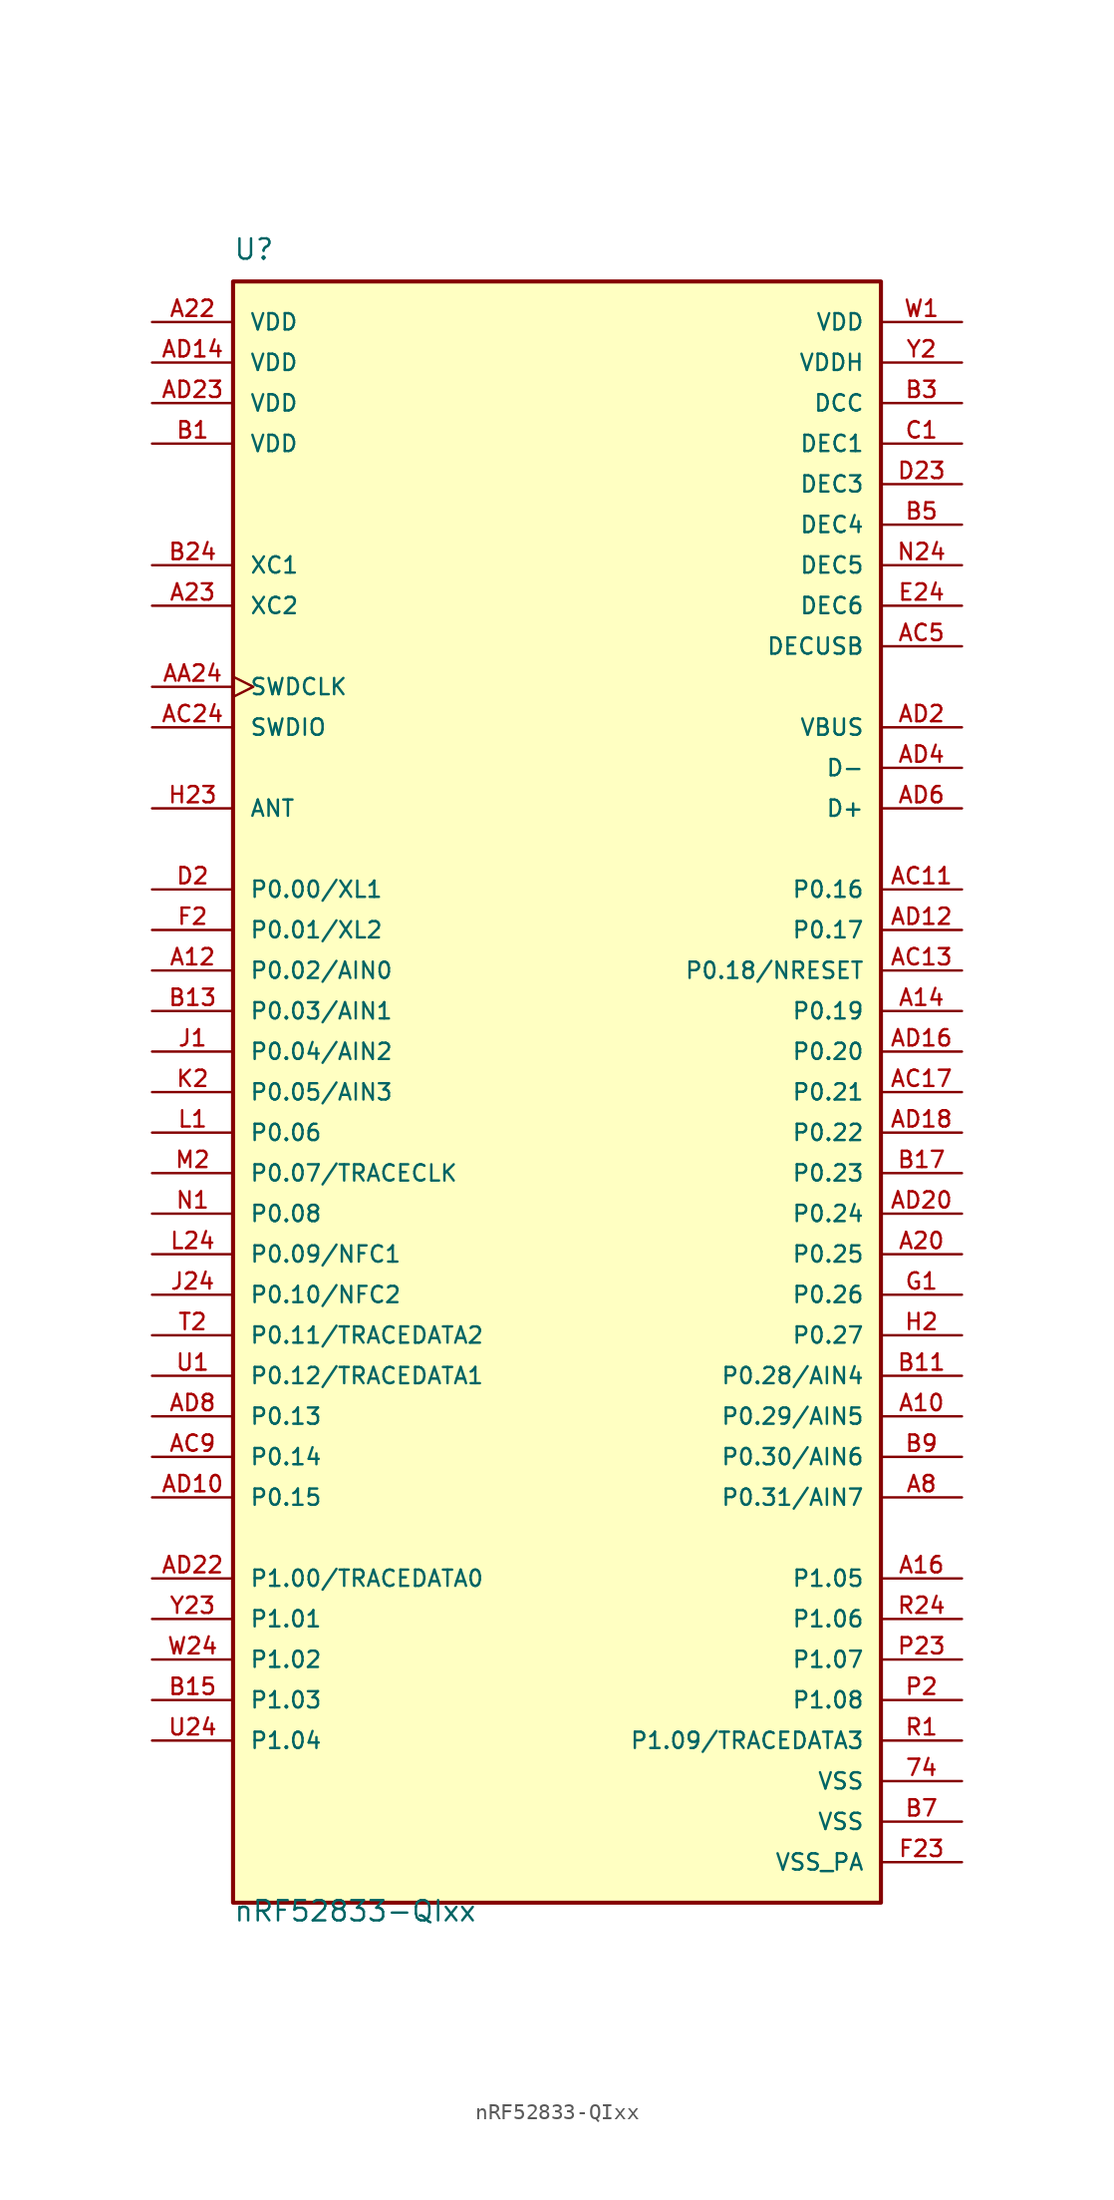
<source format=kicad_sym>
(kicad_symbol_lib
  (version 20211014)
  (generator kicad_symbol_editor)
  (symbol "nRF52833-QIxx"
    (pin_names
      (offset 1.016))
    (property "Reference" "U"
      (at -20.32 52.07 0)
      (effects (font (size 1.27 1.27)) (justify left bottom)))
    (property "Value" "nRF52833-QIxx"
      (at -20.32 -52.07 0)
      (effects (font (size 1.27 1.27)) (justify left bottom)))
    (symbol "nRF52833-QIxx_0_0"
      (rectangle (start -20.32 -50.8) (end 20.32 50.8) (stroke (width 0.254) (type default) (color 0 0 0 0)) (fill (type background)))
      (pin power_in line (at 25.4 -43.18 180) (length 5.08) (name "VSS" (effects (font (size 1.016 1.016)))) (number "74" (effects (font (size 1.016 1.016)))))
      (pin bidirectional line (at 25.4 -20.32 180) (length 5.08) (name "P0.29/AIN5" (effects (font (size 1.016 1.016)))) (number "A10" (effects (font (size 1.016 1.016)))))
      (pin bidirectional line (at -25.4 7.62 0) (length 5.08) (name "P0.02/AIN0" (effects (font (size 1.016 1.016)))) (number "A12" (effects (font (size 1.016 1.016)))))
      (pin bidirectional line (at 25.4 5.08 180) (length 5.08) (name "P0.19" (effects (font (size 1.016 1.016)))) (number "A14" (effects (font (size 1.016 1.016)))))
      (pin bidirectional line (at 25.4 -30.48 180) (length 5.08) (name "P1.05" (effects (font (size 1.016 1.016)))) (number "A16" (effects (font (size 1.016 1.016)))))
      (pin bidirectional line (at 25.4 -10.16 180) (length 5.08) (name "P0.25" (effects (font (size 1.016 1.016)))) (number "A20" (effects (font (size 1.016 1.016)))))
      (pin power_in line (at -25.4 48.26 0) (length 5.08) (name "VDD" (effects (font (size 1.016 1.016)))) (number "A22" (effects (font (size 1.016 1.016)))))
      (pin input line (at -25.4 30.48 0) (length 5.08) (name "XC2" (effects (font (size 1.016 1.016)))) (number "A23" (effects (font (size 1.016 1.016)))))
      (pin bidirectional line (at 25.4 -25.4 180) (length 5.08) (name "P0.31/AIN7" (effects (font (size 1.016 1.016)))) (number "A8" (effects (font (size 1.016 1.016)))))
      (pin input clock (at -25.4 25.4 0) (length 5.08) (name "SWDCLK" (effects (font (size 1.016 1.016)))) (number "AA24" (effects (font (size 1.016 1.016)))))
      (pin bidirectional line (at 25.4 12.7 180) (length 5.08) (name "P0.16" (effects (font (size 1.016 1.016)))) (number "AC11" (effects (font (size 1.016 1.016)))))
      (pin bidirectional line (at 25.4 7.62 180) (length 5.08) (name "P0.18/NRESET" (effects (font (size 1.016 1.016)))) (number "AC13" (effects (font (size 1.016 1.016)))))
      (pin bidirectional line (at 25.4 0 180) (length 5.08) (name "P0.21" (effects (font (size 1.016 1.016)))) (number "AC17" (effects (font (size 1.016 1.016)))))
      (pin bidirectional line (at -25.4 22.86 0) (length 5.08) (name "SWDIO" (effects (font (size 1.016 1.016)))) (number "AC24" (effects (font (size 1.016 1.016)))))
      (pin power_in line (at 25.4 27.94 180) (length 5.08) (name "DECUSB" (effects (font (size 1.016 1.016)))) (number "AC5" (effects (font (size 1.016 1.016)))))
      (pin bidirectional line (at -25.4 -22.86 0) (length 5.08) (name "P0.14" (effects (font (size 1.016 1.016)))) (number "AC9" (effects (font (size 1.016 1.016)))))
      (pin bidirectional line (at -25.4 -25.4 0) (length 5.08) (name "P0.15" (effects (font (size 1.016 1.016)))) (number "AD10" (effects (font (size 1.016 1.016)))))
      (pin bidirectional line (at 25.4 10.16 180) (length 5.08) (name "P0.17" (effects (font (size 1.016 1.016)))) (number "AD12" (effects (font (size 1.016 1.016)))))
      (pin power_in line (at -25.4 45.72 0) (length 5.08) (name "VDD" (effects (font (size 1.016 1.016)))) (number "AD14" (effects (font (size 1.016 1.016)))))
      (pin bidirectional line (at 25.4 2.54 180) (length 5.08) (name "P0.20" (effects (font (size 1.016 1.016)))) (number "AD16" (effects (font (size 1.016 1.016)))))
      (pin bidirectional line (at 25.4 -2.54 180) (length 5.08) (name "P0.22" (effects (font (size 1.016 1.016)))) (number "AD18" (effects (font (size 1.016 1.016)))))
      (pin power_in line (at 25.4 22.86 180) (length 5.08) (name "VBUS" (effects (font (size 1.016 1.016)))) (number "AD2" (effects (font (size 1.016 1.016)))))
      (pin bidirectional line (at 25.4 -7.62 180) (length 5.08) (name "P0.24" (effects (font (size 1.016 1.016)))) (number "AD20" (effects (font (size 1.016 1.016)))))
      (pin bidirectional line (at -25.4 -30.48 0) (length 5.08) (name "P1.00/TRACEDATA0" (effects (font (size 1.016 1.016)))) (number "AD22" (effects (font (size 1.016 1.016)))))
      (pin power_in line (at -25.4 43.18 0) (length 5.08) (name "VDD" (effects (font (size 1.016 1.016)))) (number "AD23" (effects (font (size 1.016 1.016)))))
      (pin bidirectional line (at 25.4 20.32 180) (length 5.08) (name "D-" (effects (font (size 1.016 1.016)))) (number "AD4" (effects (font (size 1.016 1.016)))))
      (pin bidirectional line (at 25.4 17.78 180) (length 5.08) (name "D+" (effects (font (size 1.016 1.016)))) (number "AD6" (effects (font (size 1.016 1.016)))))
      (pin bidirectional line (at -25.4 -20.32 0) (length 5.08) (name "P0.13" (effects (font (size 1.016 1.016)))) (number "AD8" (effects (font (size 1.016 1.016)))))
      (pin power_in line (at -25.4 40.64 0) (length 5.08) (name "VDD" (effects (font (size 1.016 1.016)))) (number "B1" (effects (font (size 1.016 1.016)))))
      (pin bidirectional line (at 25.4 -17.78 180) (length 5.08) (name "P0.28/AIN4" (effects (font (size 1.016 1.016)))) (number "B11" (effects (font (size 1.016 1.016)))))
      (pin bidirectional line (at -25.4 5.08 0) (length 5.08) (name "P0.03/AIN1" (effects (font (size 1.016 1.016)))) (number "B13" (effects (font (size 1.016 1.016)))))
      (pin bidirectional line (at -25.4 -38.1 0) (length 5.08) (name "P1.03" (effects (font (size 1.016 1.016)))) (number "B15" (effects (font (size 1.016 1.016)))))
      (pin bidirectional line (at 25.4 -5.08 180) (length 5.08) (name "P0.23" (effects (font (size 1.016 1.016)))) (number "B17" (effects (font (size 1.016 1.016)))))
      (pin input line (at -25.4 33.02 0) (length 5.08) (name "XC1" (effects (font (size 1.016 1.016)))) (number "B24" (effects (font (size 1.016 1.016)))))
      (pin power_in line (at 25.4 43.18 180) (length 5.08) (name "DCC" (effects (font (size 1.016 1.016)))) (number "B3" (effects (font (size 1.016 1.016)))))
      (pin power_in line (at 25.4 35.56 180) (length 5.08) (name "DEC4" (effects (font (size 1.016 1.016)))) (number "B5" (effects (font (size 1.016 1.016)))))
      (pin power_in line (at 25.4 -45.72 180) (length 5.08) (name "VSS" (effects (font (size 1.016 1.016)))) (number "B7" (effects (font (size 1.016 1.016)))))
      (pin bidirectional line (at 25.4 -22.86 180) (length 5.08) (name "P0.30/AIN6" (effects (font (size 1.016 1.016)))) (number "B9" (effects (font (size 1.016 1.016)))))
      (pin power_in line (at 25.4 40.64 180) (length 5.08) (name "DEC1" (effects (font (size 1.016 1.016)))) (number "C1" (effects (font (size 1.016 1.016)))))
      (pin bidirectional line (at -25.4 12.7 0) (length 5.08) (name "P0.00/XL1" (effects (font (size 1.016 1.016)))) (number "D2" (effects (font (size 1.016 1.016)))))
      (pin power_in line (at 25.4 38.1 180) (length 5.08) (name "DEC3" (effects (font (size 1.016 1.016)))) (number "D23" (effects (font (size 1.016 1.016)))))
      (pin power_in line (at 25.4 30.48 180) (length 5.08) (name "DEC6" (effects (font (size 1.016 1.016)))) (number "E24" (effects (font (size 1.016 1.016)))))
      (pin bidirectional line (at -25.4 10.16 0) (length 5.08) (name "P0.01/XL2" (effects (font (size 1.016 1.016)))) (number "F2" (effects (font (size 1.016 1.016)))))
      (pin power_in line (at 25.4 -48.26 180) (length 5.08) (name "VSS_PA" (effects (font (size 1.016 1.016)))) (number "F23" (effects (font (size 1.016 1.016)))))
      (pin bidirectional line (at 25.4 -12.7 180) (length 5.08) (name "P0.26" (effects (font (size 1.016 1.016)))) (number "G1" (effects (font (size 1.016 1.016)))))
      (pin bidirectional line (at 25.4 -15.24 180) (length 5.08) (name "P0.27" (effects (font (size 1.016 1.016)))) (number "H2" (effects (font (size 1.016 1.016)))))
      (pin bidirectional line (at -25.4 17.78 0) (length 5.08) (name "ANT" (effects (font (size 1.016 1.016)))) (number "H23" (effects (font (size 1.016 1.016)))))
      (pin bidirectional line (at -25.4 2.54 0) (length 5.08) (name "P0.04/AIN2" (effects (font (size 1.016 1.016)))) (number "J1" (effects (font (size 1.016 1.016)))))
      (pin bidirectional line (at -25.4 -12.7 0) (length 5.08) (name "P0.10/NFC2" (effects (font (size 1.016 1.016)))) (number "J24" (effects (font (size 1.016 1.016)))))
      (pin bidirectional line (at -25.4 0 0) (length 5.08) (name "P0.05/AIN3" (effects (font (size 1.016 1.016)))) (number "K2" (effects (font (size 1.016 1.016)))))
      (pin bidirectional line (at -25.4 -2.54 0) (length 5.08) (name "P0.06" (effects (font (size 1.016 1.016)))) (number "L1" (effects (font (size 1.016 1.016)))))
      (pin bidirectional line (at -25.4 -10.16 0) (length 5.08) (name "P0.09/NFC1" (effects (font (size 1.016 1.016)))) (number "L24" (effects (font (size 1.016 1.016)))))
      (pin bidirectional line (at -25.4 -5.08 0) (length 5.08) (name "P0.07/TRACECLK" (effects (font (size 1.016 1.016)))) (number "M2" (effects (font (size 1.016 1.016)))))
      (pin bidirectional line (at -25.4 -7.62 0) (length 5.08) (name "P0.08" (effects (font (size 1.016 1.016)))) (number "N1" (effects (font (size 1.016 1.016)))))
      (pin power_in line (at 25.4 33.02 180) (length 5.08) (name "DEC5" (effects (font (size 1.016 1.016)))) (number "N24" (effects (font (size 1.016 1.016)))))
      (pin bidirectional line (at 25.4 -38.1 180) (length 5.08) (name "P1.08" (effects (font (size 1.016 1.016)))) (number "P2" (effects (font (size 1.016 1.016)))))
      (pin bidirectional line (at 25.4 -35.56 180) (length 5.08) (name "P1.07" (effects (font (size 1.016 1.016)))) (number "P23" (effects (font (size 1.016 1.016)))))
      (pin bidirectional line (at 25.4 -40.64 180) (length 5.08) (name "P1.09/TRACEDATA3" (effects (font (size 1.016 1.016)))) (number "R1" (effects (font (size 1.016 1.016)))))
      (pin bidirectional line (at 25.4 -33.02 180) (length 5.08) (name "P1.06" (effects (font (size 1.016 1.016)))) (number "R24" (effects (font (size 1.016 1.016)))))
      (pin bidirectional line (at -25.4 -15.24 0) (length 5.08) (name "P0.11/TRACEDATA2" (effects (font (size 1.016 1.016)))) (number "T2" (effects (font (size 1.016 1.016)))))
      (pin bidirectional line (at -25.4 -17.78 0) (length 5.08) (name "P0.12/TRACEDATA1" (effects (font (size 1.016 1.016)))) (number "U1" (effects (font (size 1.016 1.016)))))
      (pin bidirectional line (at -25.4 -40.64 0) (length 5.08) (name "P1.04" (effects (font (size 1.016 1.016)))) (number "U24" (effects (font (size 1.016 1.016)))))
      (pin power_in line (at 25.4 48.26 180) (length 5.08) (name "VDD" (effects (font (size 1.016 1.016)))) (number "W1" (effects (font (size 1.016 1.016)))))
      (pin bidirectional line (at -25.4 -35.56 0) (length 5.08) (name "P1.02" (effects (font (size 1.016 1.016)))) (number "W24" (effects (font (size 1.016 1.016)))))
      (pin power_in line (at 25.4 45.72 180) (length 5.08) (name "VDDH" (effects (font (size 1.016 1.016)))) (number "Y2" (effects (font (size 1.016 1.016)))))
      (pin bidirectional line (at -25.4 -33.02 0) (length 5.08) (name "P1.01" (effects (font (size 1.016 1.016)))) (number "Y23" (effects (font (size 1.016 1.016))))))))
</source>
